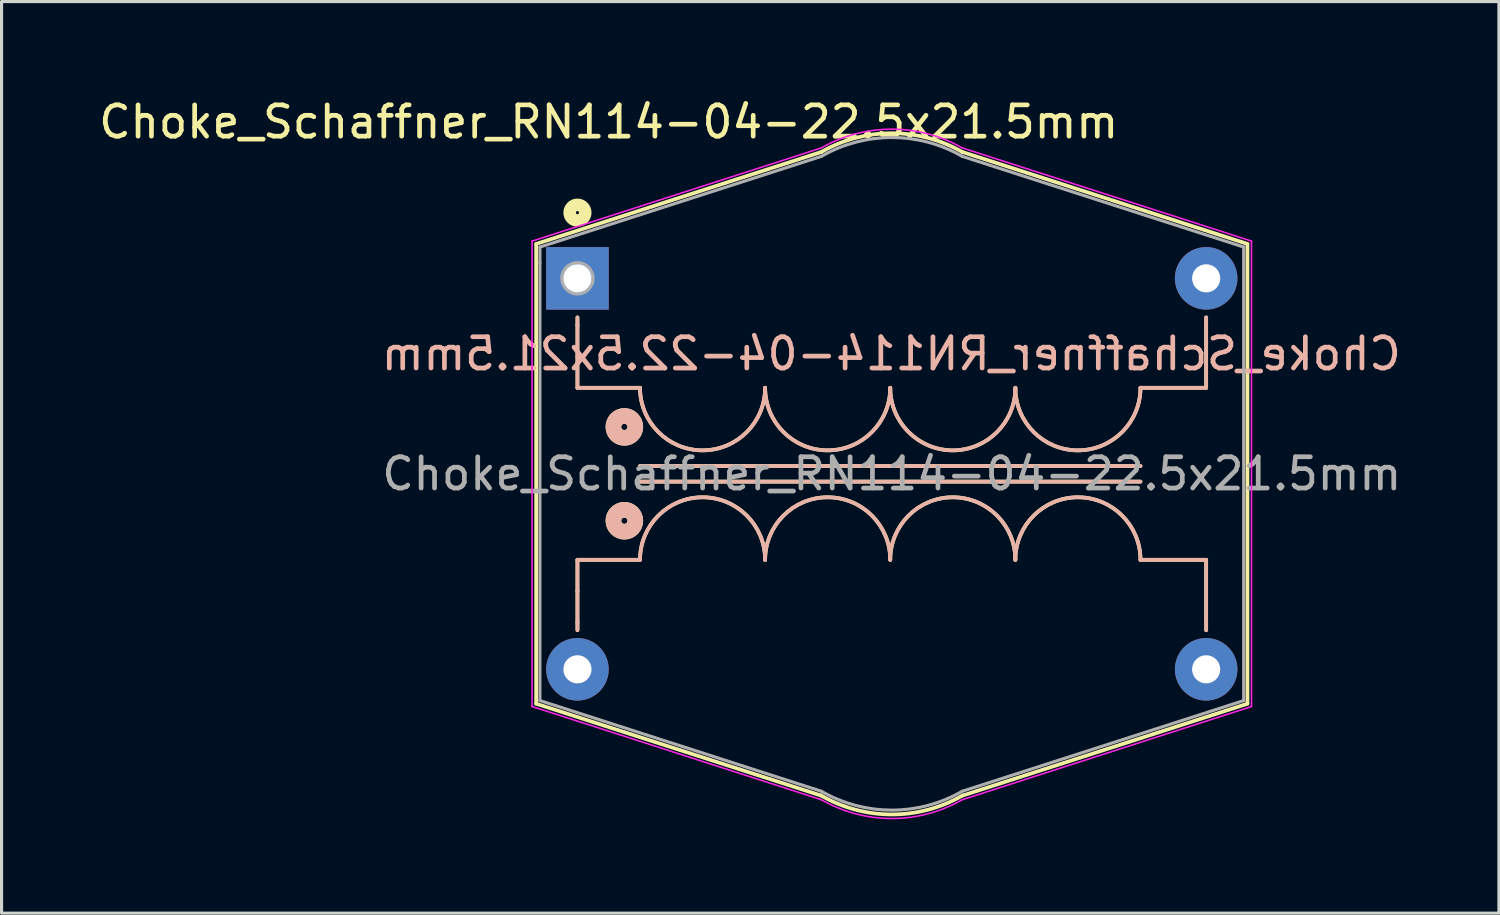
<source format=kicad_pcb>
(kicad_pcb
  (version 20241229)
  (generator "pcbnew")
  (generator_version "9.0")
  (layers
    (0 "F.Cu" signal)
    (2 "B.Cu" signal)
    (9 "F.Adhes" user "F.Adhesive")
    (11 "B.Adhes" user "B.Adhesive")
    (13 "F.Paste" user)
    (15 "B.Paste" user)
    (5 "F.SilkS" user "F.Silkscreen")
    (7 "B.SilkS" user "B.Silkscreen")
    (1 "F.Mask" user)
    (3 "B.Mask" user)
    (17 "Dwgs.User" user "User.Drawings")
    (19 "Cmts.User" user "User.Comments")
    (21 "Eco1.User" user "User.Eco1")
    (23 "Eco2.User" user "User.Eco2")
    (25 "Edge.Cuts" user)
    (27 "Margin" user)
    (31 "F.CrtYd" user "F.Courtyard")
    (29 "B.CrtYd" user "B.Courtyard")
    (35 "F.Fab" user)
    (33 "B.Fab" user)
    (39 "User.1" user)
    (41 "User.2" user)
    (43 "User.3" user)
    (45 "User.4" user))
  (footprint "Choke_Schaffner_RN114-04-22.5x21.5mm"
    (layer "F.Cu")
    (at 15.411 5.848)
    (property "Reference" "Choke_Schaffner_RN114-04-22.5x21.5mm" (at 1 -5 0) (layer "F.SilkS") (effects (font (size 1 1) (thickness 0.15))))
    (fp_line (start -1.32 -1.1) (end 7.8 -4.04) (stroke (width 0.12) (type solid)) (layer "F.SilkS"))
    (fp_line (start -1.32 13.6) (end -1.32 -1.1) (stroke (width 0.12) (type solid)) (layer "F.SilkS"))
    (fp_line (start 0 1.5) (end 0 1.25) (stroke (width 0.12) (type solid)) (layer "F.SilkS"))
    (fp_line (start 0 2.5) (end 0 1.5) (stroke (width 0.12) (type solid)) (layer "F.SilkS"))
    (fp_line (start 0 3.5) (end 0 2.5) (stroke (width 0.12) (type solid)) (layer "F.SilkS"))
    (fp_line (start 0 9) (end 0 10) (stroke (width 0.12) (type solid)) (layer "F.SilkS"))
    (fp_line (start 0 10) (end 0 11) (stroke (width 0.12) (type solid)) (layer "F.SilkS"))
    (fp_line (start 0 11) (end 0 11.25) (stroke (width 0.12) (type solid)) (layer "F.SilkS"))
    (fp_line (start 2 3.5) (end 0 3.5) (stroke (width 0.12) (type solid)) (layer "F.SilkS"))
    (fp_line (start 2 6) (end 18 6) (stroke (width 0.12) (type solid)) (layer "F.SilkS"))
    (fp_line (start 2 9) (end 0 9) (stroke (width 0.12) (type solid)) (layer "F.SilkS"))
    (fp_line (start 7.8 16.54) (end -1.32 13.6) (stroke (width 0.12) (type solid)) (layer "F.SilkS"))
    (fp_line (start 12.3 -4.04) (end 21.42 -1.1) (stroke (width 0.12) (type solid)) (layer "F.SilkS"))
    (fp_line (start 18 3.5) (end 20.1 3.5) (stroke (width 0.12) (type solid)) (layer "F.SilkS"))
    (fp_line (start 18 6.5) (end 2 6.5) (stroke (width 0.12) (type solid)) (layer "F.SilkS"))
    (fp_line (start 20.1 1.5) (end 20.1 1.25) (stroke (width 0.12) (type solid)) (layer "F.SilkS"))
    (fp_line (start 20.1 3.5) (end 20.1 1.5) (stroke (width 0.12) (type solid)) (layer "F.SilkS"))
    (fp_line (start 20.1 9) (end 18 9) (stroke (width 0.12) (type solid)) (layer "F.SilkS"))
    (fp_line (start 20.1 9) (end 20.1 11) (stroke (width 0.12) (type solid)) (layer "F.SilkS"))
    (fp_line (start 20.1 11) (end 20.1 11.25) (stroke (width 0.12) (type solid)) (layer "F.SilkS"))
    (fp_line (start 21.42 -1.1) (end 21.42 13.6) (stroke (width 0.12) (type solid)) (layer "F.SilkS"))
    (fp_line (start 21.42 13.6) (end 12.3 16.54) (stroke (width 0.12) (type solid)) (layer "F.SilkS"))
    (fp_arc (start 2 9) (mid 4 7) (end 6 9) (stroke (width 0.12) (type solid)) (layer "F.SilkS"))
    (fp_arc (start 6 3.5) (mid 4 5.5) (end 2 3.5) (stroke (width 0.12) (type solid)) (layer "F.SilkS"))
    (fp_arc (start 6 9) (mid 8 7) (end 10 9) (stroke (width 0.12) (type solid)) (layer "F.SilkS"))
    (fp_arc (start 7.8 -4.04) (mid 10.061443 -4.63982) (end 12.31982 -4.028557) (stroke (width 0.12) (type solid)) (layer "F.SilkS"))
    (fp_arc (start 10 3.5) (mid 8 5.5) (end 6 3.5) (stroke (width 0.12) (type solid)) (layer "F.SilkS"))
    (fp_arc (start 10 9) (mid 12 7) (end 14 9) (stroke (width 0.12) (type solid)) (layer "F.SilkS"))
    (fp_arc (start 12.3 16.54) (mid 10.038557 17.13982) (end 7.78018 16.528557) (stroke (width 0.12) (type solid)) (layer "F.SilkS"))
    (fp_arc (start 14 3.5) (mid 12 5.5) (end 10 3.5) (stroke (width 0.12) (type solid)) (layer "F.SilkS"))
    (fp_arc (start 14 9) (mid 16 7) (end 18 9) (stroke (width 0.12) (type solid)) (layer "F.SilkS"))
    (fp_arc (start 18 3.5) (mid 16 5.5) (end 14 3.5) (stroke (width 0.12) (type solid)) (layer "F.SilkS"))
    (fp_circle (center 0 -2.1) (end 0.05 -2.1) (stroke (width 0.4) (type solid)) (fill no) (layer "F.SilkS"))
    (fp_circle (center 1.5 4.75) (end 1.6 4.75) (stroke (width 0.5) (type solid)) (fill no) (layer "F.SilkS"))
    (fp_circle (center 1.5 7.75) (end 1.6 7.75) (stroke (width 0.5) (type solid)) (fill no) (layer "F.SilkS"))
    (fp_line (start 0 1.5) (end 0 1.25) (stroke (width 0.12) (type solid)) (layer "B.SilkS"))
    (fp_line (start 0 2.5) (end 0 1.5) (stroke (width 0.12) (type solid)) (layer "B.SilkS"))
    (fp_line (start 0 3.5) (end 0 2.5) (stroke (width 0.12) (type solid)) (layer "B.SilkS"))
    (fp_line (start 0 9) (end 0 10) (stroke (width 0.12) (type solid)) (layer "B.SilkS"))
    (fp_line (start 0 10) (end 0 11) (stroke (width 0.12) (type solid)) (layer "B.SilkS"))
    (fp_line (start 0 11) (end 0 11.25) (stroke (width 0.12) (type solid)) (layer "B.SilkS"))
    (fp_line (start 2 3.5) (end 0 3.5) (stroke (width 0.12) (type solid)) (layer "B.SilkS"))
    (fp_line (start 2 6.5) (end 18 6.5) (stroke (width 0.12) (type solid)) (layer "B.SilkS"))
    (fp_line (start 2 9) (end 0 9) (stroke (width 0.12) (type solid)) (layer "B.SilkS"))
    (fp_line (start 18 6) (end 2 6) (stroke (width 0.12) (type solid)) (layer "B.SilkS"))
    (fp_line (start 18 9) (end 20.1 9) (stroke (width 0.12) (type solid)) (layer "B.SilkS"))
    (fp_line (start 20.1 1.5) (end 20.1 1.25) (stroke (width 0.12) (type solid)) (layer "B.SilkS"))
    (fp_line (start 20.1 3.5) (end 18 3.5) (stroke (width 0.12) (type solid)) (layer "B.SilkS"))
    (fp_line (start 20.1 3.5) (end 20.1 1.5) (stroke (width 0.12) (type solid)) (layer "B.SilkS"))
    (fp_line (start 20.1 9) (end 20.1 11) (stroke (width 0.12) (type solid)) (layer "B.SilkS"))
    (fp_line (start 20.1 11) (end 20.1 11.25) (stroke (width 0.12) (type solid)) (layer "B.SilkS"))
    (fp_arc (start 2 9) (mid 4 7) (end 6 9) (stroke (width 0.12) (type solid)) (layer "B.SilkS"))
    (fp_arc (start 6 3.5) (mid 4 5.5) (end 2 3.5) (stroke (width 0.12) (type solid)) (layer "B.SilkS"))
    (fp_arc (start 6 9) (mid 8 7) (end 10 9) (stroke (width 0.12) (type solid)) (layer "B.SilkS"))
    (fp_arc (start 10 3.5) (mid 8 5.5) (end 6 3.5) (stroke (width 0.12) (type solid)) (layer "B.SilkS"))
    (fp_arc (start 10 9) (mid 12 7) (end 14 9) (stroke (width 0.12) (type solid)) (layer "B.SilkS"))
    (fp_arc (start 14 3.5) (mid 12 5.5) (end 10 3.5) (stroke (width 0.12) (type solid)) (layer "B.SilkS"))
    (fp_arc (start 14 9) (mid 16 7) (end 18 9) (stroke (width 0.12) (type solid)) (layer "B.SilkS"))
    (fp_arc (start 18 3.5) (mid 16 5.5) (end 14 3.5) (stroke (width 0.12) (type solid)) (layer "B.SilkS"))
    (fp_circle (center 1.5 4.75) (end 1.6 4.75) (stroke (width 0.5) (type solid)) (fill no) (layer "B.SilkS"))
    (fp_circle (center 1.5 7.75) (end 1.6 7.75) (stroke (width 0.5) (type solid)) (fill no) (layer "B.SilkS"))
    (fp_line (start -1.45 -1.19) (end 7.8 -4.17) (stroke (width 0.05) (type solid)) (layer "F.CrtYd"))
    (fp_line (start -1.45 13.69) (end -1.45 -1.19) (stroke (width 0.05) (type solid)) (layer "F.CrtYd"))
    (fp_line (start 7.8 16.67) (end -1.45 13.69) (stroke (width 0.05) (type solid)) (layer "F.CrtYd"))
    (fp_line (start 12.3 -4.17) (end 21.55 -1.19) (stroke (width 0.05) (type solid)) (layer "F.CrtYd"))
    (fp_line (start 21.55 -1.19) (end 21.55 13.69) (stroke (width 0.05) (type solid)) (layer "F.CrtYd"))
    (fp_line (start 21.55 13.69) (end 12.3 16.67) (stroke (width 0.05) (type solid)) (layer "F.CrtYd"))
    (fp_arc (start 7.8 -4.17) (mid 10.061443 -4.76982) (end 12.31982 -4.158557) (stroke (width 0.05) (type solid)) (layer "F.CrtYd"))
    (fp_arc (start 12.3 16.67) (mid 10.038557 17.26982) (end 7.78018 16.658557) (stroke (width 0.05) (type solid)) (layer "F.CrtYd"))
    (fp_line (start -1.2 -1) (end 7.8 -3.9) (stroke (width 0.1) (type solid)) (layer "F.Fab"))
    (fp_line (start -1.2 -0.5) (end -1.2 -1) (stroke (width 0.1) (type solid)) (layer "F.Fab"))
    (fp_line (start -1.2 13.5) (end -1.2 -0.5) (stroke (width 0.1) (type solid)) (layer "F.Fab"))
    (fp_line (start 7.8 16.4) (end -1.2 13.5) (stroke (width 0.1) (type solid)) (layer "F.Fab"))
    (fp_line (start 12.3 -3.9) (end 21.3 -1) (stroke (width 0.1) (type solid)) (layer "F.Fab"))
    (fp_line (start 21.3 -1) (end 21.3 13.5) (stroke (width 0.1) (type solid)) (layer "F.Fab"))
    (fp_line (start 21.3 13.5) (end 12.3 16.4) (stroke (width 0.1) (type solid)) (layer "F.Fab"))
    (fp_arc (start 7.8 -3.9) (mid 10.051443 -4.502499) (end 12.302499 -3.898557) (stroke (width 0.1) (type solid)) (layer "F.Fab"))
    (fp_arc (start 12.3 16.4) (mid 10.048557 17.002499) (end 7.797501 16.398557) (stroke (width 0.1) (type solid)) (layer "F.Fab"))
    (fp_circle (center 0 0) (end 0.5 0) (stroke (width 0.1) (type solid)) (fill no) (layer "F.Fab"))
    (fp_text user "${REFERENCE}" (at 10.033 2.413 0) (layer "B.SilkS") (effects (font (size 1 1) (thickness 0.15)) (justify mirror)))
    (fp_text user "${REFERENCE}" (at 10.05 6.25 0) (layer "F.Fab") (effects (font (size 1 1) (thickness 0.15))))
    (pad "1" thru_hole rect (at 0 0) (size 2 2) (drill 0.9) (layers "*.Cu" "*.Mask"))
    (pad "2" thru_hole circle (at 20.1 0) (size 2 2) (drill 0.9) (layers "*.Cu" "*.Mask"))
    (pad "3" thru_hole circle (at 0 12.5) (size 2 2) (drill 0.9) (layers "*.Cu" "*.Mask"))
    (pad "4" thru_hole circle (at 20.1 12.5) (size 2 2) (drill 0.9) (layers "*.Cu" "*.Mask")))
  (gr_rect
    (start -3 -3)
    (end 44.871 26.143)
    (stroke (width 0.1) (type default))
    (fill no)
    (layer "Edge.Cuts")))
</source>
